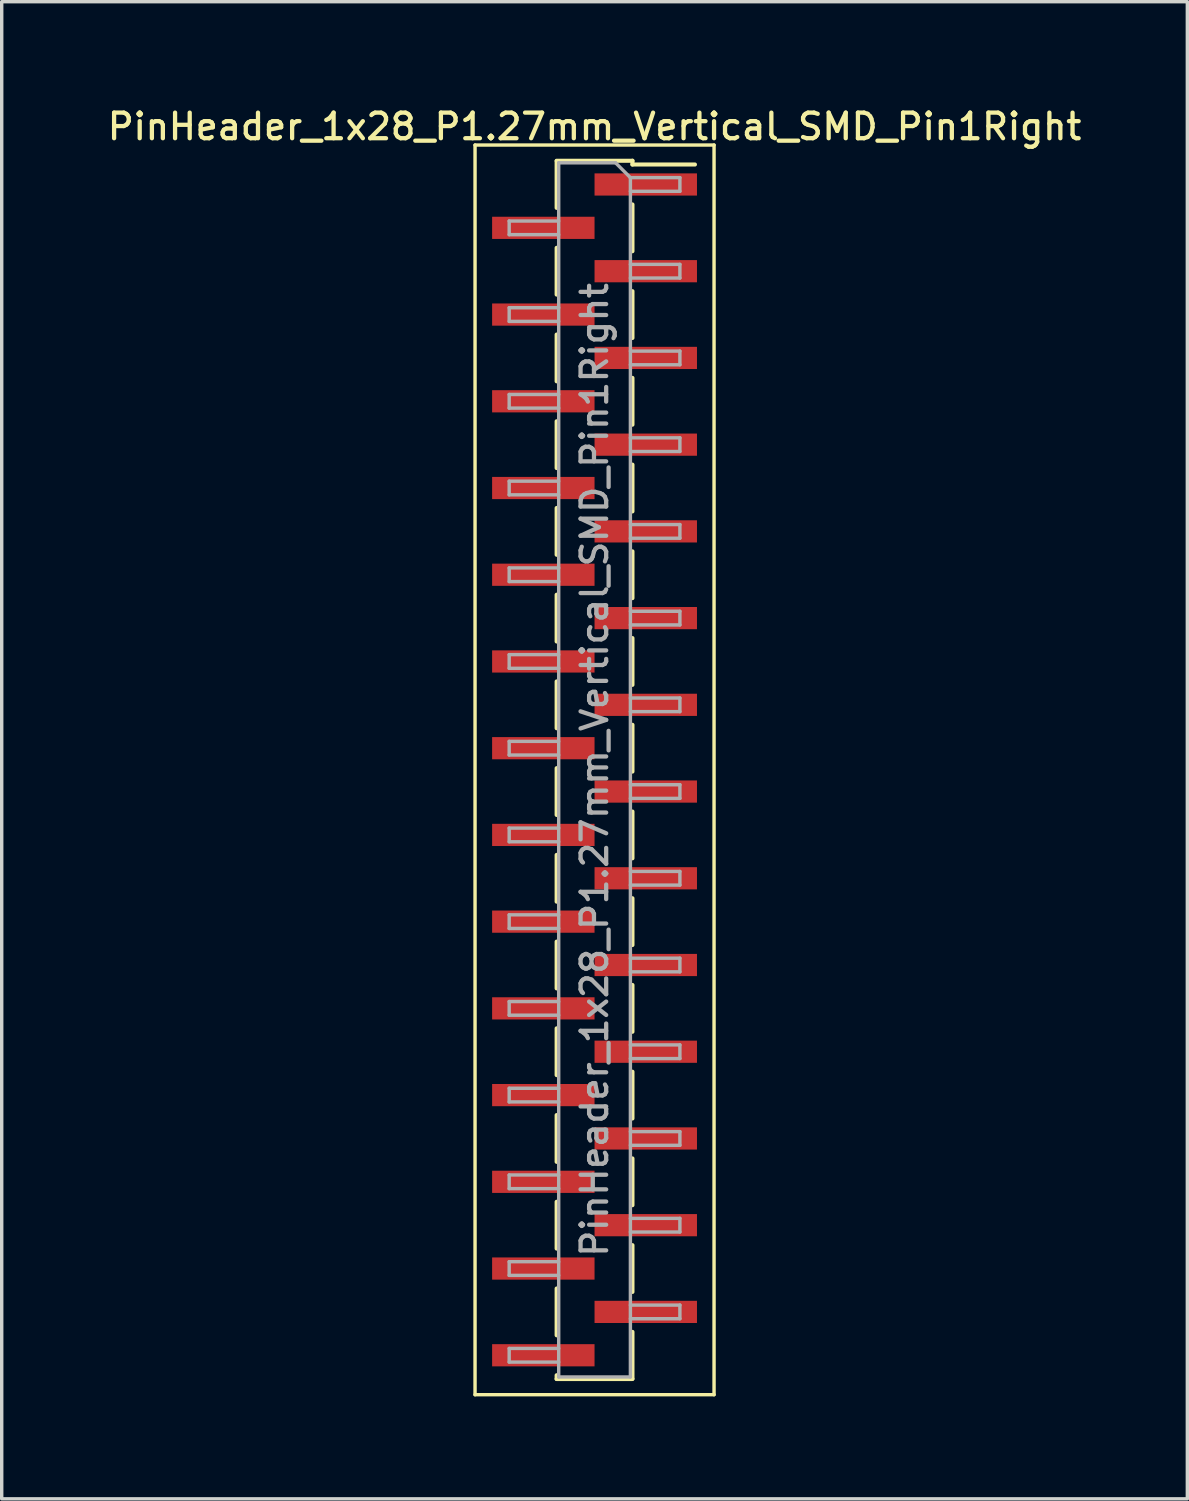
<source format=kicad_pcb>
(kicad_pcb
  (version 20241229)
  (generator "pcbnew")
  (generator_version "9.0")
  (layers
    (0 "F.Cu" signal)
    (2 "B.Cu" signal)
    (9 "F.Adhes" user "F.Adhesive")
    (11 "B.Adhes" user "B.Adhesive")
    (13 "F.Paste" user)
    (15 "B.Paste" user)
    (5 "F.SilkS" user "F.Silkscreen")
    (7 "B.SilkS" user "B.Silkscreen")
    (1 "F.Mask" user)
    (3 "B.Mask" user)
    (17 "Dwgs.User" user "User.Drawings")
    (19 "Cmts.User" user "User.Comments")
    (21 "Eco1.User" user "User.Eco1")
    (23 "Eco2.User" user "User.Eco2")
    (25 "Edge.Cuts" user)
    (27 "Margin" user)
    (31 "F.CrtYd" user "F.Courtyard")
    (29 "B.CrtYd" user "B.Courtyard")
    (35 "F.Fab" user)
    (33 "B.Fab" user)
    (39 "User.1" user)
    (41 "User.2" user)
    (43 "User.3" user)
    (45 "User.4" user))
  (footprint "PinHeader_1x28_P1.27mm_Vertical_SMD_Pin1Right"
    (layer "F.Cu")
    (at 14.363 19.498)
    (property "Reference" "PinHeader_1x28_P1.27mm_Vertical_SMD_Pin1Right" (at 0 -18.84 0) (layer "F.SilkS") (effects (font (size 0.75 0.75) (thickness 0.125))))
    (attr smd)
    (fp_line (start -3.5 -18.3) (end -3.5 18.3) (stroke (width 0.1) (type solid)) (layer "F.SilkS"))
    (fp_line (start -3.5 18.3) (end 3.5 18.3) (stroke (width 0.1) (type solid)) (layer "F.SilkS"))
    (fp_line (start -1.11 -17.84) (end 1.11 -17.84) (stroke (width 0.12) (type solid)) (layer "F.SilkS"))
    (fp_line (start -1.11 -17.83) (end -1.11 -16.46) (stroke (width 0.12) (type solid)) (layer "F.SilkS"))
    (fp_line (start -1.11 -15.29) (end -1.11 -13.92) (stroke (width 0.12) (type solid)) (layer "F.SilkS"))
    (fp_line (start -1.11 -12.75) (end -1.11 -11.38) (stroke (width 0.12) (type solid)) (layer "F.SilkS"))
    (fp_line (start -1.11 -10.21) (end -1.11 -8.84) (stroke (width 0.12) (type solid)) (layer "F.SilkS"))
    (fp_line (start -1.11 -7.67) (end -1.11 -6.3) (stroke (width 0.12) (type solid)) (layer "F.SilkS"))
    (fp_line (start -1.11 -5.13) (end -1.11 -3.76) (stroke (width 0.12) (type solid)) (layer "F.SilkS"))
    (fp_line (start -1.11 -2.59) (end -1.11 -1.22) (stroke (width 0.12) (type solid)) (layer "F.SilkS"))
    (fp_line (start -1.11 -0.05) (end -1.11 1.32) (stroke (width 0.12) (type solid)) (layer "F.SilkS"))
    (fp_line (start -1.11 2.49) (end -1.11 3.86) (stroke (width 0.12) (type solid)) (layer "F.SilkS"))
    (fp_line (start -1.11 5.03) (end -1.11 6.4) (stroke (width 0.12) (type solid)) (layer "F.SilkS"))
    (fp_line (start -1.11 7.57) (end -1.11 8.94) (stroke (width 0.12) (type solid)) (layer "F.SilkS"))
    (fp_line (start -1.11 10.11) (end -1.11 11.48) (stroke (width 0.12) (type solid)) (layer "F.SilkS"))
    (fp_line (start -1.11 12.65) (end -1.11 14.02) (stroke (width 0.12) (type solid)) (layer "F.SilkS"))
    (fp_line (start -1.11 15.19) (end -1.11 16.56) (stroke (width 0.12) (type solid)) (layer "F.SilkS"))
    (fp_line (start -1.11 17.73) (end -1.11 17.84) (stroke (width 0.12) (type solid)) (layer "F.SilkS"))
    (fp_line (start -1.11 17.84) (end 1.11 17.84) (stroke (width 0.12) (type solid)) (layer "F.SilkS"))
    (fp_line (start 1.11 -17.84) (end 1.11 -17.73) (stroke (width 0.12) (type solid)) (layer "F.SilkS"))
    (fp_line (start 1.11 -17.73) (end 2.94 -17.73) (stroke (width 0.12) (type solid)) (layer "F.SilkS"))
    (fp_line (start 1.11 -16.56) (end 1.11 -15.19) (stroke (width 0.12) (type solid)) (layer "F.SilkS"))
    (fp_line (start 1.11 -14.02) (end 1.11 -12.65) (stroke (width 0.12) (type solid)) (layer "F.SilkS"))
    (fp_line (start 1.11 -11.48) (end 1.11 -10.11) (stroke (width 0.12) (type solid)) (layer "F.SilkS"))
    (fp_line (start 1.11 -8.94) (end 1.11 -7.57) (stroke (width 0.12) (type solid)) (layer "F.SilkS"))
    (fp_line (start 1.11 -6.4) (end 1.11 -5.03) (stroke (width 0.12) (type solid)) (layer "F.SilkS"))
    (fp_line (start 1.11 -3.86) (end 1.11 -2.49) (stroke (width 0.12) (type solid)) (layer "F.SilkS"))
    (fp_line (start 1.11 -1.32) (end 1.11 0.05) (stroke (width 0.12) (type solid)) (layer "F.SilkS"))
    (fp_line (start 1.11 1.22) (end 1.11 2.59) (stroke (width 0.12) (type solid)) (layer "F.SilkS"))
    (fp_line (start 1.11 3.76) (end 1.11 5.13) (stroke (width 0.12) (type solid)) (layer "F.SilkS"))
    (fp_line (start 1.11 6.3) (end 1.11 7.67) (stroke (width 0.12) (type solid)) (layer "F.SilkS"))
    (fp_line (start 1.11 8.84) (end 1.11 10.21) (stroke (width 0.12) (type solid)) (layer "F.SilkS"))
    (fp_line (start 1.11 11.38) (end 1.11 12.75) (stroke (width 0.12) (type solid)) (layer "F.SilkS"))
    (fp_line (start 1.11 13.92) (end 1.11 15.29) (stroke (width 0.12) (type solid)) (layer "F.SilkS"))
    (fp_line (start 1.11 16.46) (end 1.11 17.83) (stroke (width 0.12) (type solid)) (layer "F.SilkS"))
    (fp_line (start 3.5 -18.3) (end -3.5 -18.3) (stroke (width 0.1) (type solid)) (layer "F.SilkS"))
    (fp_line (start 3.5 18.3) (end 3.5 -18.3) (stroke (width 0.1) (type solid)) (layer "F.SilkS"))
    (fp_line (start -2.5 -16.075) (end -2.5 -15.675) (stroke (width 0.1) (type solid)) (layer "F.Fab"))
    (fp_line (start -2.5 -15.675) (end -1.05 -15.675) (stroke (width 0.1) (type solid)) (layer "F.Fab"))
    (fp_line (start -2.5 -13.535) (end -2.5 -13.135) (stroke (width 0.1) (type solid)) (layer "F.Fab"))
    (fp_line (start -2.5 -13.135) (end -1.05 -13.135) (stroke (width 0.1) (type solid)) (layer "F.Fab"))
    (fp_line (start -2.5 -10.995) (end -2.5 -10.595) (stroke (width 0.1) (type solid)) (layer "F.Fab"))
    (fp_line (start -2.5 -10.595) (end -1.05 -10.595) (stroke (width 0.1) (type solid)) (layer "F.Fab"))
    (fp_line (start -2.5 -8.455) (end -2.5 -8.055) (stroke (width 0.1) (type solid)) (layer "F.Fab"))
    (fp_line (start -2.5 -8.055) (end -1.05 -8.055) (stroke (width 0.1) (type solid)) (layer "F.Fab"))
    (fp_line (start -2.5 -5.915) (end -2.5 -5.515) (stroke (width 0.1) (type solid)) (layer "F.Fab"))
    (fp_line (start -2.5 -5.515) (end -1.05 -5.515) (stroke (width 0.1) (type solid)) (layer "F.Fab"))
    (fp_line (start -2.5 -3.375) (end -2.5 -2.975) (stroke (width 0.1) (type solid)) (layer "F.Fab"))
    (fp_line (start -2.5 -2.975) (end -1.05 -2.975) (stroke (width 0.1) (type solid)) (layer "F.Fab"))
    (fp_line (start -2.5 -0.835) (end -2.5 -0.435) (stroke (width 0.1) (type solid)) (layer "F.Fab"))
    (fp_line (start -2.5 -0.435) (end -1.05 -0.435) (stroke (width 0.1) (type solid)) (layer "F.Fab"))
    (fp_line (start -2.5 1.705) (end -2.5 2.105) (stroke (width 0.1) (type solid)) (layer "F.Fab"))
    (fp_line (start -2.5 2.105) (end -1.05 2.105) (stroke (width 0.1) (type solid)) (layer "F.Fab"))
    (fp_line (start -2.5 4.245) (end -2.5 4.645) (stroke (width 0.1) (type solid)) (layer "F.Fab"))
    (fp_line (start -2.5 4.645) (end -1.05 4.645) (stroke (width 0.1) (type solid)) (layer "F.Fab"))
    (fp_line (start -2.5 6.785) (end -2.5 7.185) (stroke (width 0.1) (type solid)) (layer "F.Fab"))
    (fp_line (start -2.5 7.185) (end -1.05 7.185) (stroke (width 0.1) (type solid)) (layer "F.Fab"))
    (fp_line (start -2.5 9.325) (end -2.5 9.725) (stroke (width 0.1) (type solid)) (layer "F.Fab"))
    (fp_line (start -2.5 9.725) (end -1.05 9.725) (stroke (width 0.1) (type solid)) (layer "F.Fab"))
    (fp_line (start -2.5 11.865) (end -2.5 12.265) (stroke (width 0.1) (type solid)) (layer "F.Fab"))
    (fp_line (start -2.5 12.265) (end -1.05 12.265) (stroke (width 0.1) (type solid)) (layer "F.Fab"))
    (fp_line (start -2.5 14.405) (end -2.5 14.805) (stroke (width 0.1) (type solid)) (layer "F.Fab"))
    (fp_line (start -2.5 14.805) (end -1.05 14.805) (stroke (width 0.1) (type solid)) (layer "F.Fab"))
    (fp_line (start -2.5 16.945) (end -2.5 17.345) (stroke (width 0.1) (type solid)) (layer "F.Fab"))
    (fp_line (start -2.5 17.345) (end -1.05 17.345) (stroke (width 0.1) (type solid)) (layer "F.Fab"))
    (fp_line (start -1.05 -17.78) (end -1.05 17.78) (stroke (width 0.1) (type solid)) (layer "F.Fab"))
    (fp_line (start -1.05 -17.78) (end 0.615 -17.78) (stroke (width 0.1) (type solid)) (layer "F.Fab"))
    (fp_line (start -1.05 -16.075) (end -2.5 -16.075) (stroke (width 0.1) (type solid)) (layer "F.Fab"))
    (fp_line (start -1.05 -13.535) (end -2.5 -13.535) (stroke (width 0.1) (type solid)) (layer "F.Fab"))
    (fp_line (start -1.05 -10.995) (end -2.5 -10.995) (stroke (width 0.1) (type solid)) (layer "F.Fab"))
    (fp_line (start -1.05 -8.455) (end -2.5 -8.455) (stroke (width 0.1) (type solid)) (layer "F.Fab"))
    (fp_line (start -1.05 -5.915) (end -2.5 -5.915) (stroke (width 0.1) (type solid)) (layer "F.Fab"))
    (fp_line (start -1.05 -3.375) (end -2.5 -3.375) (stroke (width 0.1) (type solid)) (layer "F.Fab"))
    (fp_line (start -1.05 -0.835) (end -2.5 -0.835) (stroke (width 0.1) (type solid)) (layer "F.Fab"))
    (fp_line (start -1.05 1.705) (end -2.5 1.705) (stroke (width 0.1) (type solid)) (layer "F.Fab"))
    (fp_line (start -1.05 4.245) (end -2.5 4.245) (stroke (width 0.1) (type solid)) (layer "F.Fab"))
    (fp_line (start -1.05 6.785) (end -2.5 6.785) (stroke (width 0.1) (type solid)) (layer "F.Fab"))
    (fp_line (start -1.05 9.325) (end -2.5 9.325) (stroke (width 0.1) (type solid)) (layer "F.Fab"))
    (fp_line (start -1.05 11.865) (end -2.5 11.865) (stroke (width 0.1) (type solid)) (layer "F.Fab"))
    (fp_line (start -1.05 14.405) (end -2.5 14.405) (stroke (width 0.1) (type solid)) (layer "F.Fab"))
    (fp_line (start -1.05 16.945) (end -2.5 16.945) (stroke (width 0.1) (type solid)) (layer "F.Fab"))
    (fp_line (start 1.05 -17.345) (end 0.615 -17.78) (stroke (width 0.1) (type solid)) (layer "F.Fab"))
    (fp_line (start 1.05 -17.345) (end 2.5 -17.345) (stroke (width 0.1) (type solid)) (layer "F.Fab"))
    (fp_line (start 1.05 -14.805) (end 2.5 -14.805) (stroke (width 0.1) (type solid)) (layer "F.Fab"))
    (fp_line (start 1.05 -12.265) (end 2.5 -12.265) (stroke (width 0.1) (type solid)) (layer "F.Fab"))
    (fp_line (start 1.05 -9.725) (end 2.5 -9.725) (stroke (width 0.1) (type solid)) (layer "F.Fab"))
    (fp_line (start 1.05 -7.185) (end 2.5 -7.185) (stroke (width 0.1) (type solid)) (layer "F.Fab"))
    (fp_line (start 1.05 -4.645) (end 2.5 -4.645) (stroke (width 0.1) (type solid)) (layer "F.Fab"))
    (fp_line (start 1.05 -2.105) (end 2.5 -2.105) (stroke (width 0.1) (type solid)) (layer "F.Fab"))
    (fp_line (start 1.05 0.435) (end 2.5 0.435) (stroke (width 0.1) (type solid)) (layer "F.Fab"))
    (fp_line (start 1.05 2.975) (end 2.5 2.975) (stroke (width 0.1) (type solid)) (layer "F.Fab"))
    (fp_line (start 1.05 5.515) (end 2.5 5.515) (stroke (width 0.1) (type solid)) (layer "F.Fab"))
    (fp_line (start 1.05 8.055) (end 2.5 8.055) (stroke (width 0.1) (type solid)) (layer "F.Fab"))
    (fp_line (start 1.05 10.595) (end 2.5 10.595) (stroke (width 0.1) (type solid)) (layer "F.Fab"))
    (fp_line (start 1.05 13.135) (end 2.5 13.135) (stroke (width 0.1) (type solid)) (layer "F.Fab"))
    (fp_line (start 1.05 15.675) (end 2.5 15.675) (stroke (width 0.1) (type solid)) (layer "F.Fab"))
    (fp_line (start 1.05 17.78) (end -1.05 17.78) (stroke (width 0.1) (type solid)) (layer "F.Fab"))
    (fp_line (start 1.05 17.78) (end 1.05 -17.345) (stroke (width 0.1) (type solid)) (layer "F.Fab"))
    (fp_line (start 2.5 -17.345) (end 2.5 -16.945) (stroke (width 0.1) (type solid)) (layer "F.Fab"))
    (fp_line (start 2.5 -16.945) (end 1.05 -16.945) (stroke (width 0.1) (type solid)) (layer "F.Fab"))
    (fp_line (start 2.5 -14.805) (end 2.5 -14.405) (stroke (width 0.1) (type solid)) (layer "F.Fab"))
    (fp_line (start 2.5 -14.405) (end 1.05 -14.405) (stroke (width 0.1) (type solid)) (layer "F.Fab"))
    (fp_line (start 2.5 -12.265) (end 2.5 -11.865) (stroke (width 0.1) (type solid)) (layer "F.Fab"))
    (fp_line (start 2.5 -11.865) (end 1.05 -11.865) (stroke (width 0.1) (type solid)) (layer "F.Fab"))
    (fp_line (start 2.5 -9.725) (end 2.5 -9.325) (stroke (width 0.1) (type solid)) (layer "F.Fab"))
    (fp_line (start 2.5 -9.325) (end 1.05 -9.325) (stroke (width 0.1) (type solid)) (layer "F.Fab"))
    (fp_line (start 2.5 -7.185) (end 2.5 -6.785) (stroke (width 0.1) (type solid)) (layer "F.Fab"))
    (fp_line (start 2.5 -6.785) (end 1.05 -6.785) (stroke (width 0.1) (type solid)) (layer "F.Fab"))
    (fp_line (start 2.5 -4.645) (end 2.5 -4.245) (stroke (width 0.1) (type solid)) (layer "F.Fab"))
    (fp_line (start 2.5 -4.245) (end 1.05 -4.245) (stroke (width 0.1) (type solid)) (layer "F.Fab"))
    (fp_line (start 2.5 -2.105) (end 2.5 -1.705) (stroke (width 0.1) (type solid)) (layer "F.Fab"))
    (fp_line (start 2.5 -1.705) (end 1.05 -1.705) (stroke (width 0.1) (type solid)) (layer "F.Fab"))
    (fp_line (start 2.5 0.435) (end 2.5 0.835) (stroke (width 0.1) (type solid)) (layer "F.Fab"))
    (fp_line (start 2.5 0.835) (end 1.05 0.835) (stroke (width 0.1) (type solid)) (layer "F.Fab"))
    (fp_line (start 2.5 2.975) (end 2.5 3.375) (stroke (width 0.1) (type solid)) (layer "F.Fab"))
    (fp_line (start 2.5 3.375) (end 1.05 3.375) (stroke (width 0.1) (type solid)) (layer "F.Fab"))
    (fp_line (start 2.5 5.515) (end 2.5 5.915) (stroke (width 0.1) (type solid)) (layer "F.Fab"))
    (fp_line (start 2.5 5.915) (end 1.05 5.915) (stroke (width 0.1) (type solid)) (layer "F.Fab"))
    (fp_line (start 2.5 8.055) (end 2.5 8.455) (stroke (width 0.1) (type solid)) (layer "F.Fab"))
    (fp_line (start 2.5 8.455) (end 1.05 8.455) (stroke (width 0.1) (type solid)) (layer "F.Fab"))
    (fp_line (start 2.5 10.595) (end 2.5 10.995) (stroke (width 0.1) (type solid)) (layer "F.Fab"))
    (fp_line (start 2.5 10.995) (end 1.05 10.995) (stroke (width 0.1) (type solid)) (layer "F.Fab"))
    (fp_line (start 2.5 13.135) (end 2.5 13.535) (stroke (width 0.1) (type solid)) (layer "F.Fab"))
    (fp_line (start 2.5 13.535) (end 1.05 13.535) (stroke (width 0.1) (type solid)) (layer "F.Fab"))
    (fp_line (start 2.5 15.675) (end 2.5 16.075) (stroke (width 0.1) (type solid)) (layer "F.Fab"))
    (fp_line (start 2.5 16.075) (end 1.05 16.075) (stroke (width 0.1) (type solid)) (layer "F.Fab"))
    (fp_text user "${REFERENCE}" (at 0 0 90) (layer "F.Fab") (effects (font (size 0.75 0.75) (thickness 0.125))))
    (pad "1" smd rect (at 1.5 -17.145) (size 3 0.65) (layers "F.Cu" "F.Mask" "F.Paste"))
    (pad "2" smd rect (at -1.5 -15.875) (size 3 0.65) (layers "F.Cu" "F.Mask" "F.Paste"))
    (pad "3" smd rect (at 1.5 -14.605) (size 3 0.65) (layers "F.Cu" "F.Mask" "F.Paste"))
    (pad "4" smd rect (at -1.5 -13.335) (size 3 0.65) (layers "F.Cu" "F.Mask" "F.Paste"))
    (pad "5" smd rect (at 1.5 -12.065) (size 3 0.65) (layers "F.Cu" "F.Mask" "F.Paste"))
    (pad "6" smd rect (at -1.5 -10.795) (size 3 0.65) (layers "F.Cu" "F.Mask" "F.Paste"))
    (pad "7" smd rect (at 1.5 -9.525) (size 3 0.65) (layers "F.Cu" "F.Mask" "F.Paste"))
    (pad "8" smd rect (at -1.5 -8.255) (size 3 0.65) (layers "F.Cu" "F.Mask" "F.Paste"))
    (pad "9" smd rect (at 1.5 -6.985) (size 3 0.65) (layers "F.Cu" "F.Mask" "F.Paste"))
    (pad "10" smd rect (at -1.5 -5.715) (size 3 0.65) (layers "F.Cu" "F.Mask" "F.Paste"))
    (pad "11" smd rect (at 1.5 -4.445) (size 3 0.65) (layers "F.Cu" "F.Mask" "F.Paste"))
    (pad "12" smd rect (at -1.5 -3.175) (size 3 0.65) (layers "F.Cu" "F.Mask" "F.Paste"))
    (pad "13" smd rect (at 1.5 -1.905) (size 3 0.65) (layers "F.Cu" "F.Mask" "F.Paste"))
    (pad "14" smd rect (at -1.5 -0.635) (size 3 0.65) (layers "F.Cu" "F.Mask" "F.Paste"))
    (pad "15" smd rect (at 1.5 0.635) (size 3 0.65) (layers "F.Cu" "F.Mask" "F.Paste"))
    (pad "16" smd rect (at -1.5 1.905) (size 3 0.65) (layers "F.Cu" "F.Mask" "F.Paste"))
    (pad "17" smd rect (at 1.5 3.175) (size 3 0.65) (layers "F.Cu" "F.Mask" "F.Paste"))
    (pad "18" smd rect (at -1.5 4.445) (size 3 0.65) (layers "F.Cu" "F.Mask" "F.Paste"))
    (pad "19" smd rect (at 1.5 5.715) (size 3 0.65) (layers "F.Cu" "F.Mask" "F.Paste"))
    (pad "20" smd rect (at -1.5 6.985) (size 3 0.65) (layers "F.Cu" "F.Mask" "F.Paste"))
    (pad "21" smd rect (at 1.5 8.255) (size 3 0.65) (layers "F.Cu" "F.Mask" "F.Paste"))
    (pad "22" smd rect (at -1.5 9.525) (size 3 0.65) (layers "F.Cu" "F.Mask" "F.Paste"))
    (pad "23" smd rect (at 1.5 10.795) (size 3 0.65) (layers "F.Cu" "F.Mask" "F.Paste"))
    (pad "24" smd rect (at -1.5 12.065) (size 3 0.65) (layers "F.Cu" "F.Mask" "F.Paste"))
    (pad "25" smd rect (at 1.5 13.335) (size 3 0.65) (layers "F.Cu" "F.Mask" "F.Paste"))
    (pad "26" smd rect (at -1.5 14.605) (size 3 0.65) (layers "F.Cu" "F.Mask" "F.Paste"))
    (pad "27" smd rect (at 1.5 15.875) (size 3 0.65) (layers "F.Cu" "F.Mask" "F.Paste"))
    (pad "28" smd rect (at -1.5 17.145) (size 3 0.65) (layers "F.Cu" "F.Mask" "F.Paste")))
  (gr_rect
    (start -3 -3)
    (end 31.725 40.848)
    (stroke (width 0.1) (type default))
    (fill no)
    (layer "Edge.Cuts")))
</source>
